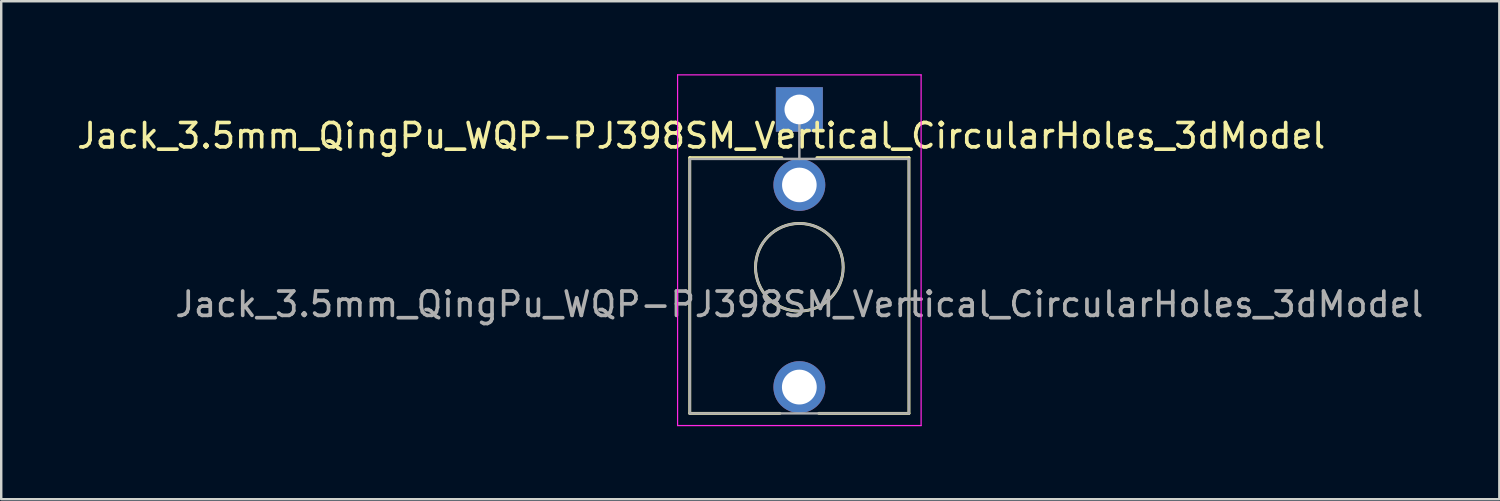
<source format=kicad_pcb>
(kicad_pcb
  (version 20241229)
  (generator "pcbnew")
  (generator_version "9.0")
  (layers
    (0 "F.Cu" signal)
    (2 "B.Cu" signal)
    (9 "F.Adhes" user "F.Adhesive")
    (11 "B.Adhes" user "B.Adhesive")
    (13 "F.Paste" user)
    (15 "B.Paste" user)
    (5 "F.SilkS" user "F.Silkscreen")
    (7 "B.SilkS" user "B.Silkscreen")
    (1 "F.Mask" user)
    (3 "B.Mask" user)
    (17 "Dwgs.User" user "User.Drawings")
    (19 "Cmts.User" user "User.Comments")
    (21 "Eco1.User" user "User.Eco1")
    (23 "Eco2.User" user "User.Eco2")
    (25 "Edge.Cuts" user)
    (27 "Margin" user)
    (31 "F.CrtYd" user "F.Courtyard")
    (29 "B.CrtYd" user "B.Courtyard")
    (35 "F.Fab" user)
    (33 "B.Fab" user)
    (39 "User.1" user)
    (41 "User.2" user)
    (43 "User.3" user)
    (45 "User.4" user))
  (footprint "Jack_3.5mm_QingPu_WQP-PJ398SM_Vertical_CircularHoles_3dModel"
    (layer "F.Cu")
    (at 29.774 7.92)
    (property "Reference" "Jack_3.5mm_QingPu_WQP-PJ398SM_Vertical_CircularHoles_3dModel" (at -4.03 -5.395 180) (layer "F.SilkS") (effects (font (size 1 1) (thickness 0.15))))
    (attr through_hole)
    (fp_line (start -4.5 -4.495) (end -4.5 6.005) (stroke (width 0.12) (type solid)) (layer "F.SilkS"))
    (fp_line (start -0.8 6.005) (end -4.5 6.005) (stroke (width 0.12) (type solid)) (layer "F.SilkS"))
    (fp_line (start -0.72 -4.495) (end -4.5 -4.495) (stroke (width 0.12) (type solid)) (layer "F.SilkS"))
    (fp_line (start 4.5 -4.495) (end 0.72 -4.495) (stroke (width 0.12) (type solid)) (layer "F.SilkS"))
    (fp_line (start 4.5 -4.495) (end 4.5 6.005) (stroke (width 0.12) (type solid)) (layer "F.SilkS"))
    (fp_line (start 4.5 6.005) (end 0.8 6.005) (stroke (width 0.12) (type solid)) (layer "F.SilkS"))
    (fp_circle (center 0 0.005) (end 1.8 0.005) (stroke (width 0.12) (type solid)) (fill no) (layer "F.SilkS"))
    (fp_line (start -5 6.505) (end -5 -7.895) (stroke (width 0.05) (type solid)) (layer "F.CrtYd"))
    (fp_line (start 5 -7.895) (end -5 -7.895) (stroke (width 0.05) (type solid)) (layer "F.CrtYd"))
    (fp_line (start 5 6.505) (end -5 6.505) (stroke (width 0.05) (type solid)) (layer "F.CrtYd"))
    (fp_line (start 5 6.505) (end 5 -7.895) (stroke (width 0.05) (type solid)) (layer "F.CrtYd"))
    (fp_line (start -4.5 6.005) (end -4.5 -4.395) (stroke (width 0.1) (type solid)) (layer "F.Fab"))
    (fp_line (start 0 -6.475) (end 0 -4.445) (stroke (width 0.1) (type solid)) (layer "F.Fab"))
    (fp_line (start 4.5 -4.445) (end -4.5 -4.445) (stroke (width 0.1) (type solid)) (layer "F.Fab"))
    (fp_line (start 4.5 6.005) (end -4.5 6.005) (stroke (width 0.1) (type solid)) (layer "F.Fab"))
    (fp_line (start 4.5 6.005) (end 4.5 -4.395) (stroke (width 0.1) (type solid)) (layer "F.Fab"))
    (fp_circle (center 0 0.005) (end 1.8 0.005) (stroke (width 0.1) (type solid)) (fill no) (layer "F.Fab"))
    (fp_text user "${REFERENCE}" (at 0 1.525 180) (layer "F.Fab") (effects (font (size 1 1) (thickness 0.15))))
    (pad "S" thru_hole rect (at 0 -6.475 180) (size 1.93 1.83) (drill 1.22) (layers "*.Cu" "*.Mask"))
    (pad "T" thru_hole circle (at 0 4.925 180) (size 2.13 2.13) (drill 1.43) (layers "*.Cu" "*.Mask"))
    (pad "TN" thru_hole circle (at 0 -3.375 180) (size 2.13 2.13) (drill 1.42) (layers "*.Cu" "*.Mask")))
  (gr_rect
    (start -3 -3)
    (end 58.518 17.45)
    (stroke (width 0.1) (type default))
    (fill no)
    (layer "Edge.Cuts")))
</source>
